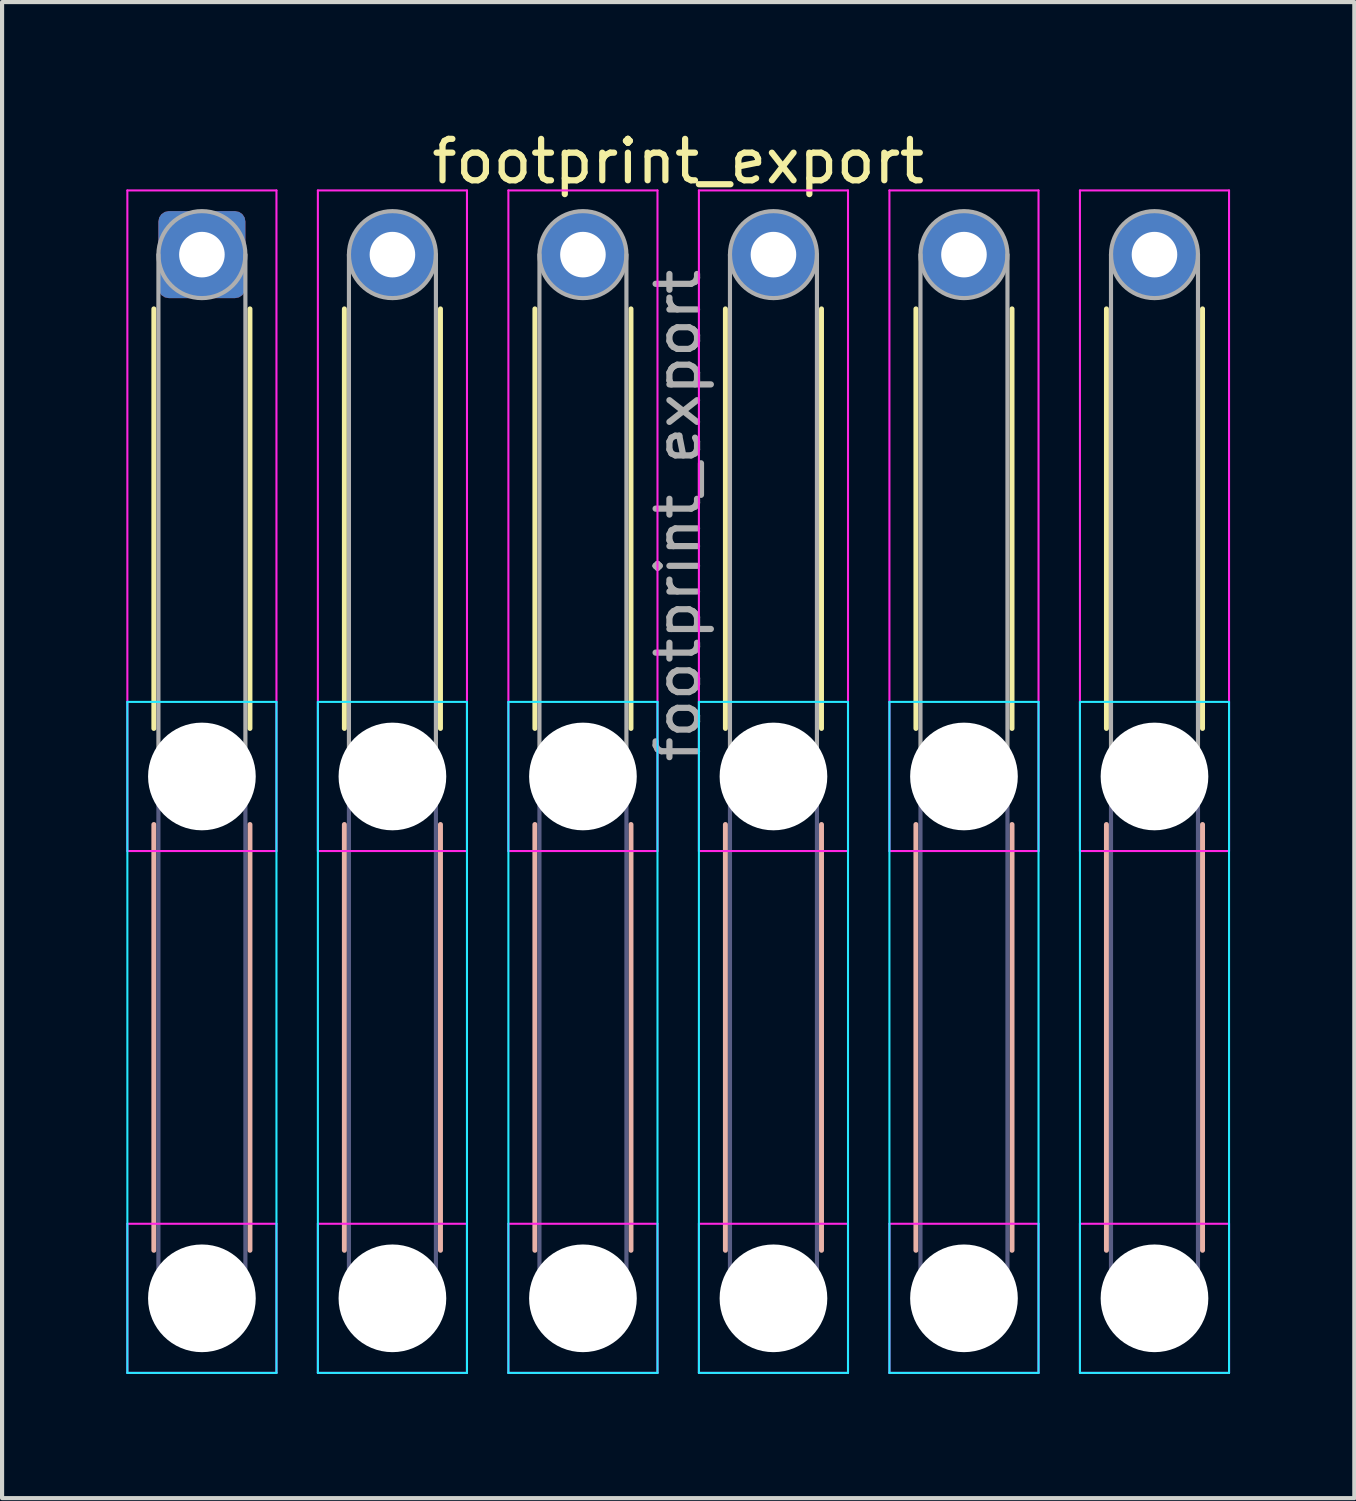
<source format=kicad_pcb>
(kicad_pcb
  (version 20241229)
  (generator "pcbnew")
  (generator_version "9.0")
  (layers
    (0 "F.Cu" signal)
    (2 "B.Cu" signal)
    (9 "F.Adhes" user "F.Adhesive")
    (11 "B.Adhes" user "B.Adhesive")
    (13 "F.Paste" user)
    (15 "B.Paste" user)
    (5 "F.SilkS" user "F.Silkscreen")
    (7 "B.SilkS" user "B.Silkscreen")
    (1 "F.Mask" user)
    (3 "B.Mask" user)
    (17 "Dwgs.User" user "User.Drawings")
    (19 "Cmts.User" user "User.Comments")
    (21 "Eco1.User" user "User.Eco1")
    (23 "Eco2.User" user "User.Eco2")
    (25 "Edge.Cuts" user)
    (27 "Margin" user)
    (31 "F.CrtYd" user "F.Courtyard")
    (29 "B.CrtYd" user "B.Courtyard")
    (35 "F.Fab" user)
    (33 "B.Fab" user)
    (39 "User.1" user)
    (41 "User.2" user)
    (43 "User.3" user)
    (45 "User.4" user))
  (footprint "footprint_export"
    (layer "F.Cu")
    (at 1.825 3.098)
    (property "Reference" "footprint_export" (at 11.5 -2.25 0) (layer "F.SilkS") (effects (font (size 1 1) (thickness 0.15))))
    (attr exclude_from_pos_files exclude_from_bom)
    (fp_line (start -1.16 1.31) (end -1.16 11.44) (stroke (width 0.12) (type solid)) (layer "F.SilkS"))
    (fp_line (start 1.16 1.31) (end 1.16 11.44) (stroke (width 0.12) (type solid)) (layer "F.SilkS"))
    (fp_line (start 3.44 1.31) (end 3.44 11.44) (stroke (width 0.12) (type solid)) (layer "F.SilkS"))
    (fp_line (start 5.76 1.31) (end 5.76 11.44) (stroke (width 0.12) (type solid)) (layer "F.SilkS"))
    (fp_line (start 8.04 1.31) (end 8.04 11.44) (stroke (width 0.12) (type solid)) (layer "F.SilkS"))
    (fp_line (start 10.36 1.31) (end 10.36 11.44) (stroke (width 0.12) (type solid)) (layer "F.SilkS"))
    (fp_line (start 12.64 1.31) (end 12.64 11.44) (stroke (width 0.12) (type solid)) (layer "F.SilkS"))
    (fp_line (start 14.96 1.31) (end 14.96 11.44) (stroke (width 0.12) (type solid)) (layer "F.SilkS"))
    (fp_line (start 17.24 1.31) (end 17.24 11.44) (stroke (width 0.12) (type solid)) (layer "F.SilkS"))
    (fp_line (start 19.56 1.31) (end 19.56 11.44) (stroke (width 0.12) (type solid)) (layer "F.SilkS"))
    (fp_line (start 21.84 1.31) (end 21.84 11.44) (stroke (width 0.12) (type solid)) (layer "F.SilkS"))
    (fp_line (start 24.16 1.31) (end 24.16 11.44) (stroke (width 0.12) (type solid)) (layer "F.SilkS"))
    (fp_line (start -1.16 13.76) (end -1.16 24.04) (stroke (width 0.12) (type solid)) (layer "B.SilkS"))
    (fp_line (start 1.16 13.76) (end 1.16 24.04) (stroke (width 0.12) (type solid)) (layer "B.SilkS"))
    (fp_line (start 3.44 13.76) (end 3.44 24.04) (stroke (width 0.12) (type solid)) (layer "B.SilkS"))
    (fp_line (start 5.76 13.76) (end 5.76 24.04) (stroke (width 0.12) (type solid)) (layer "B.SilkS"))
    (fp_line (start 8.04 13.76) (end 8.04 24.04) (stroke (width 0.12) (type solid)) (layer "B.SilkS"))
    (fp_line (start 10.36 13.76) (end 10.36 24.04) (stroke (width 0.12) (type solid)) (layer "B.SilkS"))
    (fp_line (start 12.64 13.76) (end 12.64 24.04) (stroke (width 0.12) (type solid)) (layer "B.SilkS"))
    (fp_line (start 14.96 13.76) (end 14.96 24.04) (stroke (width 0.12) (type solid)) (layer "B.SilkS"))
    (fp_line (start 17.24 13.76) (end 17.24 24.04) (stroke (width 0.12) (type solid)) (layer "B.SilkS"))
    (fp_line (start 19.56 13.76) (end 19.56 24.04) (stroke (width 0.12) (type solid)) (layer "B.SilkS"))
    (fp_line (start 21.84 13.76) (end 21.84 24.04) (stroke (width 0.12) (type solid)) (layer "B.SilkS"))
    (fp_line (start 24.16 13.76) (end 24.16 24.04) (stroke (width 0.12) (type solid)) (layer "B.SilkS"))
    (fp_line (start -1.8 10.8) (end -1.8 27) (stroke (width 0.05) (type solid)) (layer "B.CrtYd"))
    (fp_line (start -1.8 27) (end 1.8 27) (stroke (width 0.05) (type solid)) (layer "B.CrtYd"))
    (fp_line (start 1.8 10.8) (end -1.8 10.8) (stroke (width 0.05) (type solid)) (layer "B.CrtYd"))
    (fp_line (start 1.8 27) (end 1.8 10.8) (stroke (width 0.05) (type solid)) (layer "B.CrtYd"))
    (fp_line (start 2.8 10.8) (end 2.8 27) (stroke (width 0.05) (type solid)) (layer "B.CrtYd"))
    (fp_line (start 2.8 27) (end 6.4 27) (stroke (width 0.05) (type solid)) (layer "B.CrtYd"))
    (fp_line (start 6.4 10.8) (end 2.8 10.8) (stroke (width 0.05) (type solid)) (layer "B.CrtYd"))
    (fp_line (start 6.4 27) (end 6.4 10.8) (stroke (width 0.05) (type solid)) (layer "B.CrtYd"))
    (fp_line (start 7.4 10.8) (end 7.4 27) (stroke (width 0.05) (type solid)) (layer "B.CrtYd"))
    (fp_line (start 7.4 27) (end 11 27) (stroke (width 0.05) (type solid)) (layer "B.CrtYd"))
    (fp_line (start 11 10.8) (end 7.4 10.8) (stroke (width 0.05) (type solid)) (layer "B.CrtYd"))
    (fp_line (start 11 27) (end 11 10.8) (stroke (width 0.05) (type solid)) (layer "B.CrtYd"))
    (fp_line (start 12 10.8) (end 12 27) (stroke (width 0.05) (type solid)) (layer "B.CrtYd"))
    (fp_line (start 12 27) (end 15.6 27) (stroke (width 0.05) (type solid)) (layer "B.CrtYd"))
    (fp_line (start 15.6 10.8) (end 12 10.8) (stroke (width 0.05) (type solid)) (layer "B.CrtYd"))
    (fp_line (start 15.6 27) (end 15.6 10.8) (stroke (width 0.05) (type solid)) (layer "B.CrtYd"))
    (fp_line (start 16.6 10.8) (end 16.6 27) (stroke (width 0.05) (type solid)) (layer "B.CrtYd"))
    (fp_line (start 16.6 27) (end 20.2 27) (stroke (width 0.05) (type solid)) (layer "B.CrtYd"))
    (fp_line (start 20.2 10.8) (end 16.6 10.8) (stroke (width 0.05) (type solid)) (layer "B.CrtYd"))
    (fp_line (start 20.2 27) (end 20.2 10.8) (stroke (width 0.05) (type solid)) (layer "B.CrtYd"))
    (fp_line (start 21.2 10.8) (end 21.2 27) (stroke (width 0.05) (type solid)) (layer "B.CrtYd"))
    (fp_line (start 21.2 27) (end 24.8 27) (stroke (width 0.05) (type solid)) (layer "B.CrtYd"))
    (fp_line (start 24.8 10.8) (end 21.2 10.8) (stroke (width 0.05) (type solid)) (layer "B.CrtYd"))
    (fp_line (start 24.8 27) (end 24.8 10.8) (stroke (width 0.05) (type solid)) (layer "B.CrtYd"))
    (fp_line (start -1.8 -1.55) (end -1.8 14.4) (stroke (width 0.05) (type solid)) (layer "F.CrtYd"))
    (fp_line (start -1.8 14.4) (end 1.8 14.4) (stroke (width 0.05) (type solid)) (layer "F.CrtYd"))
    (fp_line (start -1.8 23.4) (end -1.8 27) (stroke (width 0.05) (type solid)) (layer "F.CrtYd"))
    (fp_line (start -1.8 27) (end 1.8 27) (stroke (width 0.05) (type solid)) (layer "F.CrtYd"))
    (fp_line (start 1.8 -1.55) (end -1.8 -1.55) (stroke (width 0.05) (type solid)) (layer "F.CrtYd"))
    (fp_line (start 1.8 14.4) (end 1.8 -1.55) (stroke (width 0.05) (type solid)) (layer "F.CrtYd"))
    (fp_line (start 1.8 23.4) (end -1.8 23.4) (stroke (width 0.05) (type solid)) (layer "F.CrtYd"))
    (fp_line (start 1.8 27) (end 1.8 23.4) (stroke (width 0.05) (type solid)) (layer "F.CrtYd"))
    (fp_line (start 2.8 -1.55) (end 2.8 14.4) (stroke (width 0.05) (type solid)) (layer "F.CrtYd"))
    (fp_line (start 2.8 14.4) (end 6.4 14.4) (stroke (width 0.05) (type solid)) (layer "F.CrtYd"))
    (fp_line (start 2.8 23.4) (end 2.8 27) (stroke (width 0.05) (type solid)) (layer "F.CrtYd"))
    (fp_line (start 2.8 27) (end 6.4 27) (stroke (width 0.05) (type solid)) (layer "F.CrtYd"))
    (fp_line (start 6.4 -1.55) (end 2.8 -1.55) (stroke (width 0.05) (type solid)) (layer "F.CrtYd"))
    (fp_line (start 6.4 14.4) (end 6.4 -1.55) (stroke (width 0.05) (type solid)) (layer "F.CrtYd"))
    (fp_line (start 6.4 23.4) (end 2.8 23.4) (stroke (width 0.05) (type solid)) (layer "F.CrtYd"))
    (fp_line (start 6.4 27) (end 6.4 23.4) (stroke (width 0.05) (type solid)) (layer "F.CrtYd"))
    (fp_line (start 7.4 -1.55) (end 7.4 14.4) (stroke (width 0.05) (type solid)) (layer "F.CrtYd"))
    (fp_line (start 7.4 14.4) (end 11 14.4) (stroke (width 0.05) (type solid)) (layer "F.CrtYd"))
    (fp_line (start 7.4 23.4) (end 7.4 27) (stroke (width 0.05) (type solid)) (layer "F.CrtYd"))
    (fp_line (start 7.4 27) (end 11 27) (stroke (width 0.05) (type solid)) (layer "F.CrtYd"))
    (fp_line (start 11 -1.55) (end 7.4 -1.55) (stroke (width 0.05) (type solid)) (layer "F.CrtYd"))
    (fp_line (start 11 14.4) (end 11 -1.55) (stroke (width 0.05) (type solid)) (layer "F.CrtYd"))
    (fp_line (start 11 23.4) (end 7.4 23.4) (stroke (width 0.05) (type solid)) (layer "F.CrtYd"))
    (fp_line (start 11 27) (end 11 23.4) (stroke (width 0.05) (type solid)) (layer "F.CrtYd"))
    (fp_line (start 12 -1.55) (end 12 14.4) (stroke (width 0.05) (type solid)) (layer "F.CrtYd"))
    (fp_line (start 12 14.4) (end 15.6 14.4) (stroke (width 0.05) (type solid)) (layer "F.CrtYd"))
    (fp_line (start 12 23.4) (end 12 27) (stroke (width 0.05) (type solid)) (layer "F.CrtYd"))
    (fp_line (start 12 27) (end 15.6 27) (stroke (width 0.05) (type solid)) (layer "F.CrtYd"))
    (fp_line (start 15.6 -1.55) (end 12 -1.55) (stroke (width 0.05) (type solid)) (layer "F.CrtYd"))
    (fp_line (start 15.6 14.4) (end 15.6 -1.55) (stroke (width 0.05) (type solid)) (layer "F.CrtYd"))
    (fp_line (start 15.6 23.4) (end 12 23.4) (stroke (width 0.05) (type solid)) (layer "F.CrtYd"))
    (fp_line (start 15.6 27) (end 15.6 23.4) (stroke (width 0.05) (type solid)) (layer "F.CrtYd"))
    (fp_line (start 16.6 -1.55) (end 16.6 14.4) (stroke (width 0.05) (type solid)) (layer "F.CrtYd"))
    (fp_line (start 16.6 14.4) (end 20.2 14.4) (stroke (width 0.05) (type solid)) (layer "F.CrtYd"))
    (fp_line (start 16.6 23.4) (end 16.6 27) (stroke (width 0.05) (type solid)) (layer "F.CrtYd"))
    (fp_line (start 16.6 27) (end 20.2 27) (stroke (width 0.05) (type solid)) (layer "F.CrtYd"))
    (fp_line (start 20.2 -1.55) (end 16.6 -1.55) (stroke (width 0.05) (type solid)) (layer "F.CrtYd"))
    (fp_line (start 20.2 14.4) (end 20.2 -1.55) (stroke (width 0.05) (type solid)) (layer "F.CrtYd"))
    (fp_line (start 20.2 23.4) (end 16.6 23.4) (stroke (width 0.05) (type solid)) (layer "F.CrtYd"))
    (fp_line (start 20.2 27) (end 20.2 23.4) (stroke (width 0.05) (type solid)) (layer "F.CrtYd"))
    (fp_line (start 21.2 -1.55) (end 21.2 14.4) (stroke (width 0.05) (type solid)) (layer "F.CrtYd"))
    (fp_line (start 21.2 14.4) (end 24.8 14.4) (stroke (width 0.05) (type solid)) (layer "F.CrtYd"))
    (fp_line (start 21.2 23.4) (end 21.2 27) (stroke (width 0.05) (type solid)) (layer "F.CrtYd"))
    (fp_line (start 21.2 27) (end 24.8 27) (stroke (width 0.05) (type solid)) (layer "F.CrtYd"))
    (fp_line (start 24.8 -1.55) (end 21.2 -1.55) (stroke (width 0.05) (type solid)) (layer "F.CrtYd"))
    (fp_line (start 24.8 14.4) (end 24.8 -1.55) (stroke (width 0.05) (type solid)) (layer "F.CrtYd"))
    (fp_line (start 24.8 23.4) (end 21.2 23.4) (stroke (width 0.05) (type solid)) (layer "F.CrtYd"))
    (fp_line (start 24.8 27) (end 24.8 23.4) (stroke (width 0.05) (type solid)) (layer "F.CrtYd"))
    (fp_line (start -1.05 12.6) (end -1.05 25.2) (stroke (width 0.1) (type solid)) (layer "B.Fab"))
    (fp_line (start 1.05 12.6) (end 1.05 25.2) (stroke (width 0.1) (type solid)) (layer "B.Fab"))
    (fp_line (start 3.55 12.6) (end 3.55 25.2) (stroke (width 0.1) (type solid)) (layer "B.Fab"))
    (fp_line (start 5.65 12.6) (end 5.65 25.2) (stroke (width 0.1) (type solid)) (layer "B.Fab"))
    (fp_line (start 8.15 12.6) (end 8.15 25.2) (stroke (width 0.1) (type solid)) (layer "B.Fab"))
    (fp_line (start 10.25 12.6) (end 10.25 25.2) (stroke (width 0.1) (type solid)) (layer "B.Fab"))
    (fp_line (start 12.75 12.6) (end 12.75 25.2) (stroke (width 0.1) (type solid)) (layer "B.Fab"))
    (fp_line (start 14.85 12.6) (end 14.85 25.2) (stroke (width 0.1) (type solid)) (layer "B.Fab"))
    (fp_line (start 17.35 12.6) (end 17.35 25.2) (stroke (width 0.1) (type solid)) (layer "B.Fab"))
    (fp_line (start 19.45 12.6) (end 19.45 25.2) (stroke (width 0.1) (type solid)) (layer "B.Fab"))
    (fp_line (start 21.95 12.6) (end 21.95 25.2) (stroke (width 0.1) (type solid)) (layer "B.Fab"))
    (fp_line (start 24.05 12.6) (end 24.05 25.2) (stroke (width 0.1) (type solid)) (layer "B.Fab"))
    (fp_circle (center 0 12.6) (end 1.05 12.6) (stroke (width 0.1) (type solid)) (fill no) (layer "B.Fab"))
    (fp_circle (center 0 25.2) (end 1.05 25.2) (stroke (width 0.1) (type solid)) (fill no) (layer "B.Fab"))
    (fp_circle (center 4.6 12.6) (end 5.65 12.6) (stroke (width 0.1) (type solid)) (fill no) (layer "B.Fab"))
    (fp_circle (center 4.6 25.2) (end 5.65 25.2) (stroke (width 0.1) (type solid)) (fill no) (layer "B.Fab"))
    (fp_circle (center 9.2 12.6) (end 10.25 12.6) (stroke (width 0.1) (type solid)) (fill no) (layer "B.Fab"))
    (fp_circle (center 9.2 25.2) (end 10.25 25.2) (stroke (width 0.1) (type solid)) (fill no) (layer "B.Fab"))
    (fp_circle (center 13.8 12.6) (end 14.85 12.6) (stroke (width 0.1) (type solid)) (fill no) (layer "B.Fab"))
    (fp_circle (center 13.8 25.2) (end 14.85 25.2) (stroke (width 0.1) (type solid)) (fill no) (layer "B.Fab"))
    (fp_circle (center 18.4 12.6) (end 19.45 12.6) (stroke (width 0.1) (type solid)) (fill no) (layer "B.Fab"))
    (fp_circle (center 18.4 25.2) (end 19.45 25.2) (stroke (width 0.1) (type solid)) (fill no) (layer "B.Fab"))
    (fp_circle (center 23 12.6) (end 24.05 12.6) (stroke (width 0.1) (type solid)) (fill no) (layer "B.Fab"))
    (fp_circle (center 23 25.2) (end 24.05 25.2) (stroke (width 0.1) (type solid)) (fill no) (layer "B.Fab"))
    (fp_line (start -1.05 0) (end -1.05 12.6) (stroke (width 0.1) (type solid)) (layer "F.Fab"))
    (fp_line (start 1.05 0) (end 1.05 12.6) (stroke (width 0.1) (type solid)) (layer "F.Fab"))
    (fp_line (start 3.55 0) (end 3.55 12.6) (stroke (width 0.1) (type solid)) (layer "F.Fab"))
    (fp_line (start 5.65 0) (end 5.65 12.6) (stroke (width 0.1) (type solid)) (layer "F.Fab"))
    (fp_line (start 8.15 0) (end 8.15 12.6) (stroke (width 0.1) (type solid)) (layer "F.Fab"))
    (fp_line (start 10.25 0) (end 10.25 12.6) (stroke (width 0.1) (type solid)) (layer "F.Fab"))
    (fp_line (start 12.75 0) (end 12.75 12.6) (stroke (width 0.1) (type solid)) (layer "F.Fab"))
    (fp_line (start 14.85 0) (end 14.85 12.6) (stroke (width 0.1) (type solid)) (layer "F.Fab"))
    (fp_line (start 17.35 0) (end 17.35 12.6) (stroke (width 0.1) (type solid)) (layer "F.Fab"))
    (fp_line (start 19.45 0) (end 19.45 12.6) (stroke (width 0.1) (type solid)) (layer "F.Fab"))
    (fp_line (start 21.95 0) (end 21.95 12.6) (stroke (width 0.1) (type solid)) (layer "F.Fab"))
    (fp_line (start 24.05 0) (end 24.05 12.6) (stroke (width 0.1) (type solid)) (layer "F.Fab"))
    (fp_circle (center 0 0) (end 1.05 0) (stroke (width 0.1) (type solid)) (fill no) (layer "F.Fab"))
    (fp_circle (center 0 12.6) (end 1.05 12.6) (stroke (width 0.1) (type solid)) (fill no) (layer "F.Fab"))
    (fp_circle (center 0 25.2) (end 1.05 25.2) (stroke (width 0.1) (type solid)) (fill no) (layer "F.Fab"))
    (fp_circle (center 4.6 0) (end 5.65 0) (stroke (width 0.1) (type solid)) (fill no) (layer "F.Fab"))
    (fp_circle (center 4.6 12.6) (end 5.65 12.6) (stroke (width 0.1) (type solid)) (fill no) (layer "F.Fab"))
    (fp_circle (center 4.6 25.2) (end 5.65 25.2) (stroke (width 0.1) (type solid)) (fill no) (layer "F.Fab"))
    (fp_circle (center 9.2 0) (end 10.25 0) (stroke (width 0.1) (type solid)) (fill no) (layer "F.Fab"))
    (fp_circle (center 9.2 12.6) (end 10.25 12.6) (stroke (width 0.1) (type solid)) (fill no) (layer "F.Fab"))
    (fp_circle (center 9.2 25.2) (end 10.25 25.2) (stroke (width 0.1) (type solid)) (fill no) (layer "F.Fab"))
    (fp_circle (center 13.8 0) (end 14.85 0) (stroke (width 0.1) (type solid)) (fill no) (layer "F.Fab"))
    (fp_circle (center 13.8 12.6) (end 14.85 12.6) (stroke (width 0.1) (type solid)) (fill no) (layer "F.Fab"))
    (fp_circle (center 13.8 25.2) (end 14.85 25.2) (stroke (width 0.1) (type solid)) (fill no) (layer "F.Fab"))
    (fp_circle (center 18.4 0) (end 19.45 0) (stroke (width 0.1) (type solid)) (fill no) (layer "F.Fab"))
    (fp_circle (center 18.4 12.6) (end 19.45 12.6) (stroke (width 0.1) (type solid)) (fill no) (layer "F.Fab"))
    (fp_circle (center 18.4 25.2) (end 19.45 25.2) (stroke (width 0.1) (type solid)) (fill no) (layer "F.Fab"))
    (fp_circle (center 23 0) (end 24.05 0) (stroke (width 0.1) (type solid)) (fill no) (layer "F.Fab"))
    (fp_circle (center 23 12.6) (end 24.05 12.6) (stroke (width 0.1) (type solid)) (fill no) (layer "F.Fab"))
    (fp_circle (center 23 25.2) (end 24.05 25.2) (stroke (width 0.1) (type solid)) (fill no) (layer "F.Fab"))
    (fp_text user "${REFERENCE}" (at 11.5 6.3 90) (layer "F.Fab") (effects (font (size 1 1) (thickness 0.15))))
    (pad "" np_thru_hole circle (at 0 12.6) (size 2.6 2.6) (drill 2.6) (layers "*.Cu" "*.Mask"))
    (pad "" np_thru_hole circle (at 0 25.2) (size 2.6 2.6) (drill 2.6) (layers "*.Cu" "*.Mask"))
    (pad "" np_thru_hole circle (at 4.6 12.6) (size 2.6 2.6) (drill 2.6) (layers "*.Cu" "*.Mask"))
    (pad "" np_thru_hole circle (at 4.6 25.2) (size 2.6 2.6) (drill 2.6) (layers "*.Cu" "*.Mask"))
    (pad "" np_thru_hole circle (at 9.2 12.6) (size 2.6 2.6) (drill 2.6) (layers "*.Cu" "*.Mask"))
    (pad "" np_thru_hole circle (at 9.2 25.2) (size 2.6 2.6) (drill 2.6) (layers "*.Cu" "*.Mask"))
    (pad "" np_thru_hole circle (at 13.8 12.6) (size 2.6 2.6) (drill 2.6) (layers "*.Cu" "*.Mask"))
    (pad "" np_thru_hole circle (at 13.8 25.2) (size 2.6 2.6) (drill 2.6) (layers "*.Cu" "*.Mask"))
    (pad "" np_thru_hole circle (at 18.4 12.6) (size 2.6 2.6) (drill 2.6) (layers "*.Cu" "*.Mask"))
    (pad "" np_thru_hole circle (at 18.4 25.2) (size 2.6 2.6) (drill 2.6) (layers "*.Cu" "*.Mask"))
    (pad "" np_thru_hole circle (at 23 12.6) (size 2.6 2.6) (drill 2.6) (layers "*.Cu" "*.Mask"))
    (pad "" np_thru_hole circle (at 23 25.2) (size 2.6 2.6) (drill 2.6) (layers "*.Cu" "*.Mask"))
    (pad "1" thru_hole roundrect (at 0 0) (size 2.1 2.1) (drill 1.1) (layers "*.Cu" "*.Mask") (roundrect_rratio 0.119))
    (pad "2" thru_hole circle (at 4.6 0) (size 2.1 2.1) (drill 1.1) (layers "*.Cu" "*.Mask"))
    (pad "3" thru_hole circle (at 9.2 0) (size 2.1 2.1) (drill 1.1) (layers "*.Cu" "*.Mask"))
    (pad "4" thru_hole circle (at 13.8 0) (size 2.1 2.1) (drill 1.1) (layers "*.Cu" "*.Mask"))
    (pad "5" thru_hole circle (at 18.4 0) (size 2.1 2.1) (drill 1.1) (layers "*.Cu" "*.Mask"))
    (pad "6" thru_hole circle (at 23 0) (size 2.1 2.1) (drill 1.1) (layers "*.Cu" "*.Mask")))
  (gr_rect
    (start -3 -3)
    (end 29.65 33.123)
    (stroke (width 0.1) (type default))
    (fill no)
    (layer "Edge.Cuts")))
</source>
